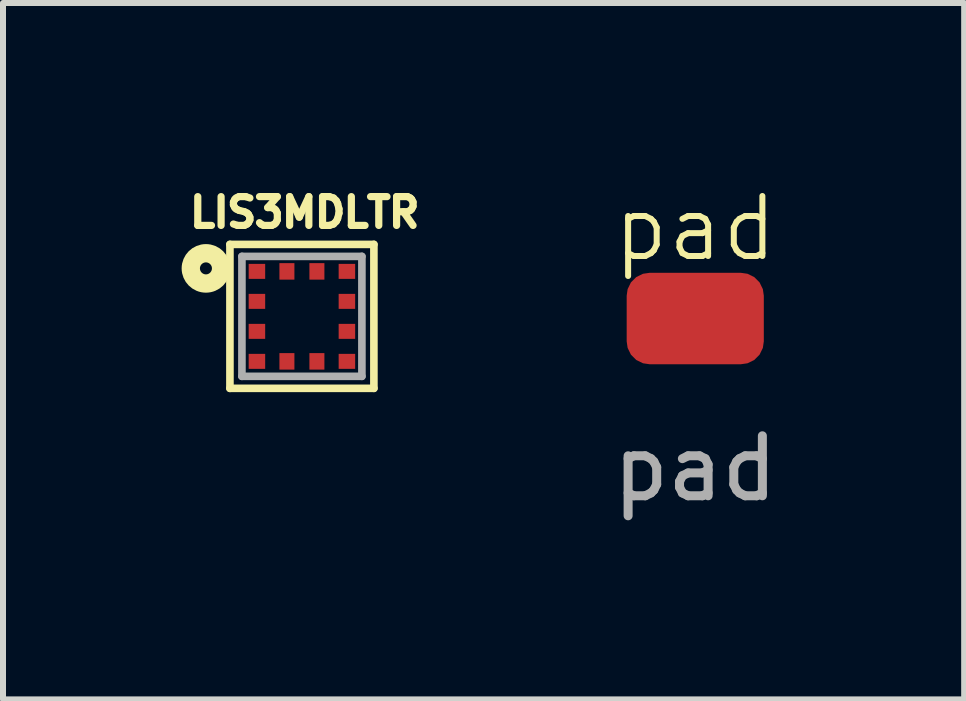
<source format=kicad_pcb>
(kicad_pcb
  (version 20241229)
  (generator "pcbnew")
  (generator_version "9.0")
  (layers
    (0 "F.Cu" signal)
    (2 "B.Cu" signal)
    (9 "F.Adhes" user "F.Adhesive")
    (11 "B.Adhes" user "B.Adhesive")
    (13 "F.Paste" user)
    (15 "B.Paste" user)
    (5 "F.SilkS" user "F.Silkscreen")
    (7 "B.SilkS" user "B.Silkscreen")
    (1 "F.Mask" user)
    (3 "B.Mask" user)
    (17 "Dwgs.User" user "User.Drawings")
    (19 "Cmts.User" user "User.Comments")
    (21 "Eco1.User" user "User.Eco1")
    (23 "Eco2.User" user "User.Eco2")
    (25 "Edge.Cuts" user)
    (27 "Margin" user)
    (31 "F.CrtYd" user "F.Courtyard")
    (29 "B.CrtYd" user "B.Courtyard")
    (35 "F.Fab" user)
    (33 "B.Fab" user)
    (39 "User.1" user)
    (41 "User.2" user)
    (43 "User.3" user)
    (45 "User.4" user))
  (footprint "pad"
    (layer "F.Cu")
    (at 8.54 2.26)
    (property "Reference" "pad" (at 0 -1.5 0) (unlocked yes) (layer "F.SilkS") (effects (font (size 1 1) (thickness 0.1))))
    (attr smd)
    (fp_text user "${REFERENCE}" (at 0 2.5 0) (unlocked yes) (layer "F.Fab") (effects (font (size 1 1) (thickness 0.15))))
    (pad "1" smd roundrect (at 0 0) (size 2.286 1.524) (layers "F.Cu" "F.Mask" "F.Paste") (roundrect_rratio 0.25)))
  (footprint "LIS3MDLTR"
    (layer "F.Cu")
    (at 1.983 2.224)
    (property "Reference" "LIS3MDLTR" (at 0.047 -1.732 0) (layer "F.SilkS") (effects (font (size 0.48 0.48) (thickness 0.15))))
    (attr smd)
    (fp_line (start -1.2 -1.2) (end 1.2 -1.2) (stroke (width 0.127) (type solid)) (layer "F.SilkS"))
    (fp_line (start -1.2 1.2) (end -1.2 -1.2) (stroke (width 0.127) (type solid)) (layer "F.SilkS"))
    (fp_line (start 1.2 -1.2) (end 1.2 1.2) (stroke (width 0.127) (type solid)) (layer "F.SilkS"))
    (fp_line (start 1.2 1.2) (end -1.2 1.2) (stroke (width 0.127) (type solid)) (layer "F.SilkS"))
    (fp_circle (center -1.6 -0.8) (end -1.5 -0.8) (stroke (width 0.305) (type solid)) (fill no) (layer "F.SilkS"))
    (fp_line (start -1 -1) (end 1 -1) (stroke (width 0.127) (type solid)) (layer "F.Fab"))
    (fp_line (start -1 1) (end -1 -1) (stroke (width 0.127) (type solid)) (layer "F.Fab"))
    (fp_line (start 1 -1) (end 1 1) (stroke (width 0.127) (type solid)) (layer "F.Fab"))
    (fp_line (start 1 1) (end -1 1) (stroke (width 0.127) (type solid)) (layer "F.Fab"))
    (pad "1" smd rect (at -0.75 -0.75) (size 0.275 0.25) (layers "F.Cu" "F.Mask" "F.Paste"))
    (pad "2" smd rect (at -0.75 -0.25) (size 0.275 0.25) (layers "F.Cu" "F.Mask" "F.Paste"))
    (pad "3" smd rect (at -0.75 0.25) (size 0.275 0.25) (layers "F.Cu" "F.Mask" "F.Paste"))
    (pad "4" smd rect (at -0.75 0.75) (size 0.275 0.25) (layers "F.Cu" "F.Mask" "F.Paste"))
    (pad "5" smd rect (at -0.25 0.75 90) (size 0.275 0.25) (layers "F.Cu" "F.Mask" "F.Paste"))
    (pad "6" smd rect (at 0.25 0.75 90) (size 0.275 0.25) (layers "F.Cu" "F.Mask" "F.Paste"))
    (pad "7" smd rect (at 0.75 0.75 180) (size 0.275 0.25) (layers "F.Cu" "F.Mask" "F.Paste"))
    (pad "8" smd rect (at 0.75 0.25 180) (size 0.275 0.25) (layers "F.Cu" "F.Mask" "F.Paste"))
    (pad "9" smd rect (at 0.75 -0.25 180) (size 0.275 0.25) (layers "F.Cu" "F.Mask" "F.Paste"))
    (pad "10" smd rect (at 0.75 -0.75 180) (size 0.275 0.25) (layers "F.Cu" "F.Mask" "F.Paste"))
    (pad "11" smd rect (at 0.25 -0.75 270) (size 0.275 0.25) (layers "F.Cu" "F.Mask" "F.Paste"))
    (pad "12" smd rect (at -0.25 -0.75 270) (size 0.275 0.25) (layers "F.Cu" "F.Mask" "F.Paste")))
  (gr_rect
    (start -3 -3)
    (end 13.023 8.609)
    (stroke (width 0.1) (type default))
    (fill no)
    (layer "Edge.Cuts")))
</source>
